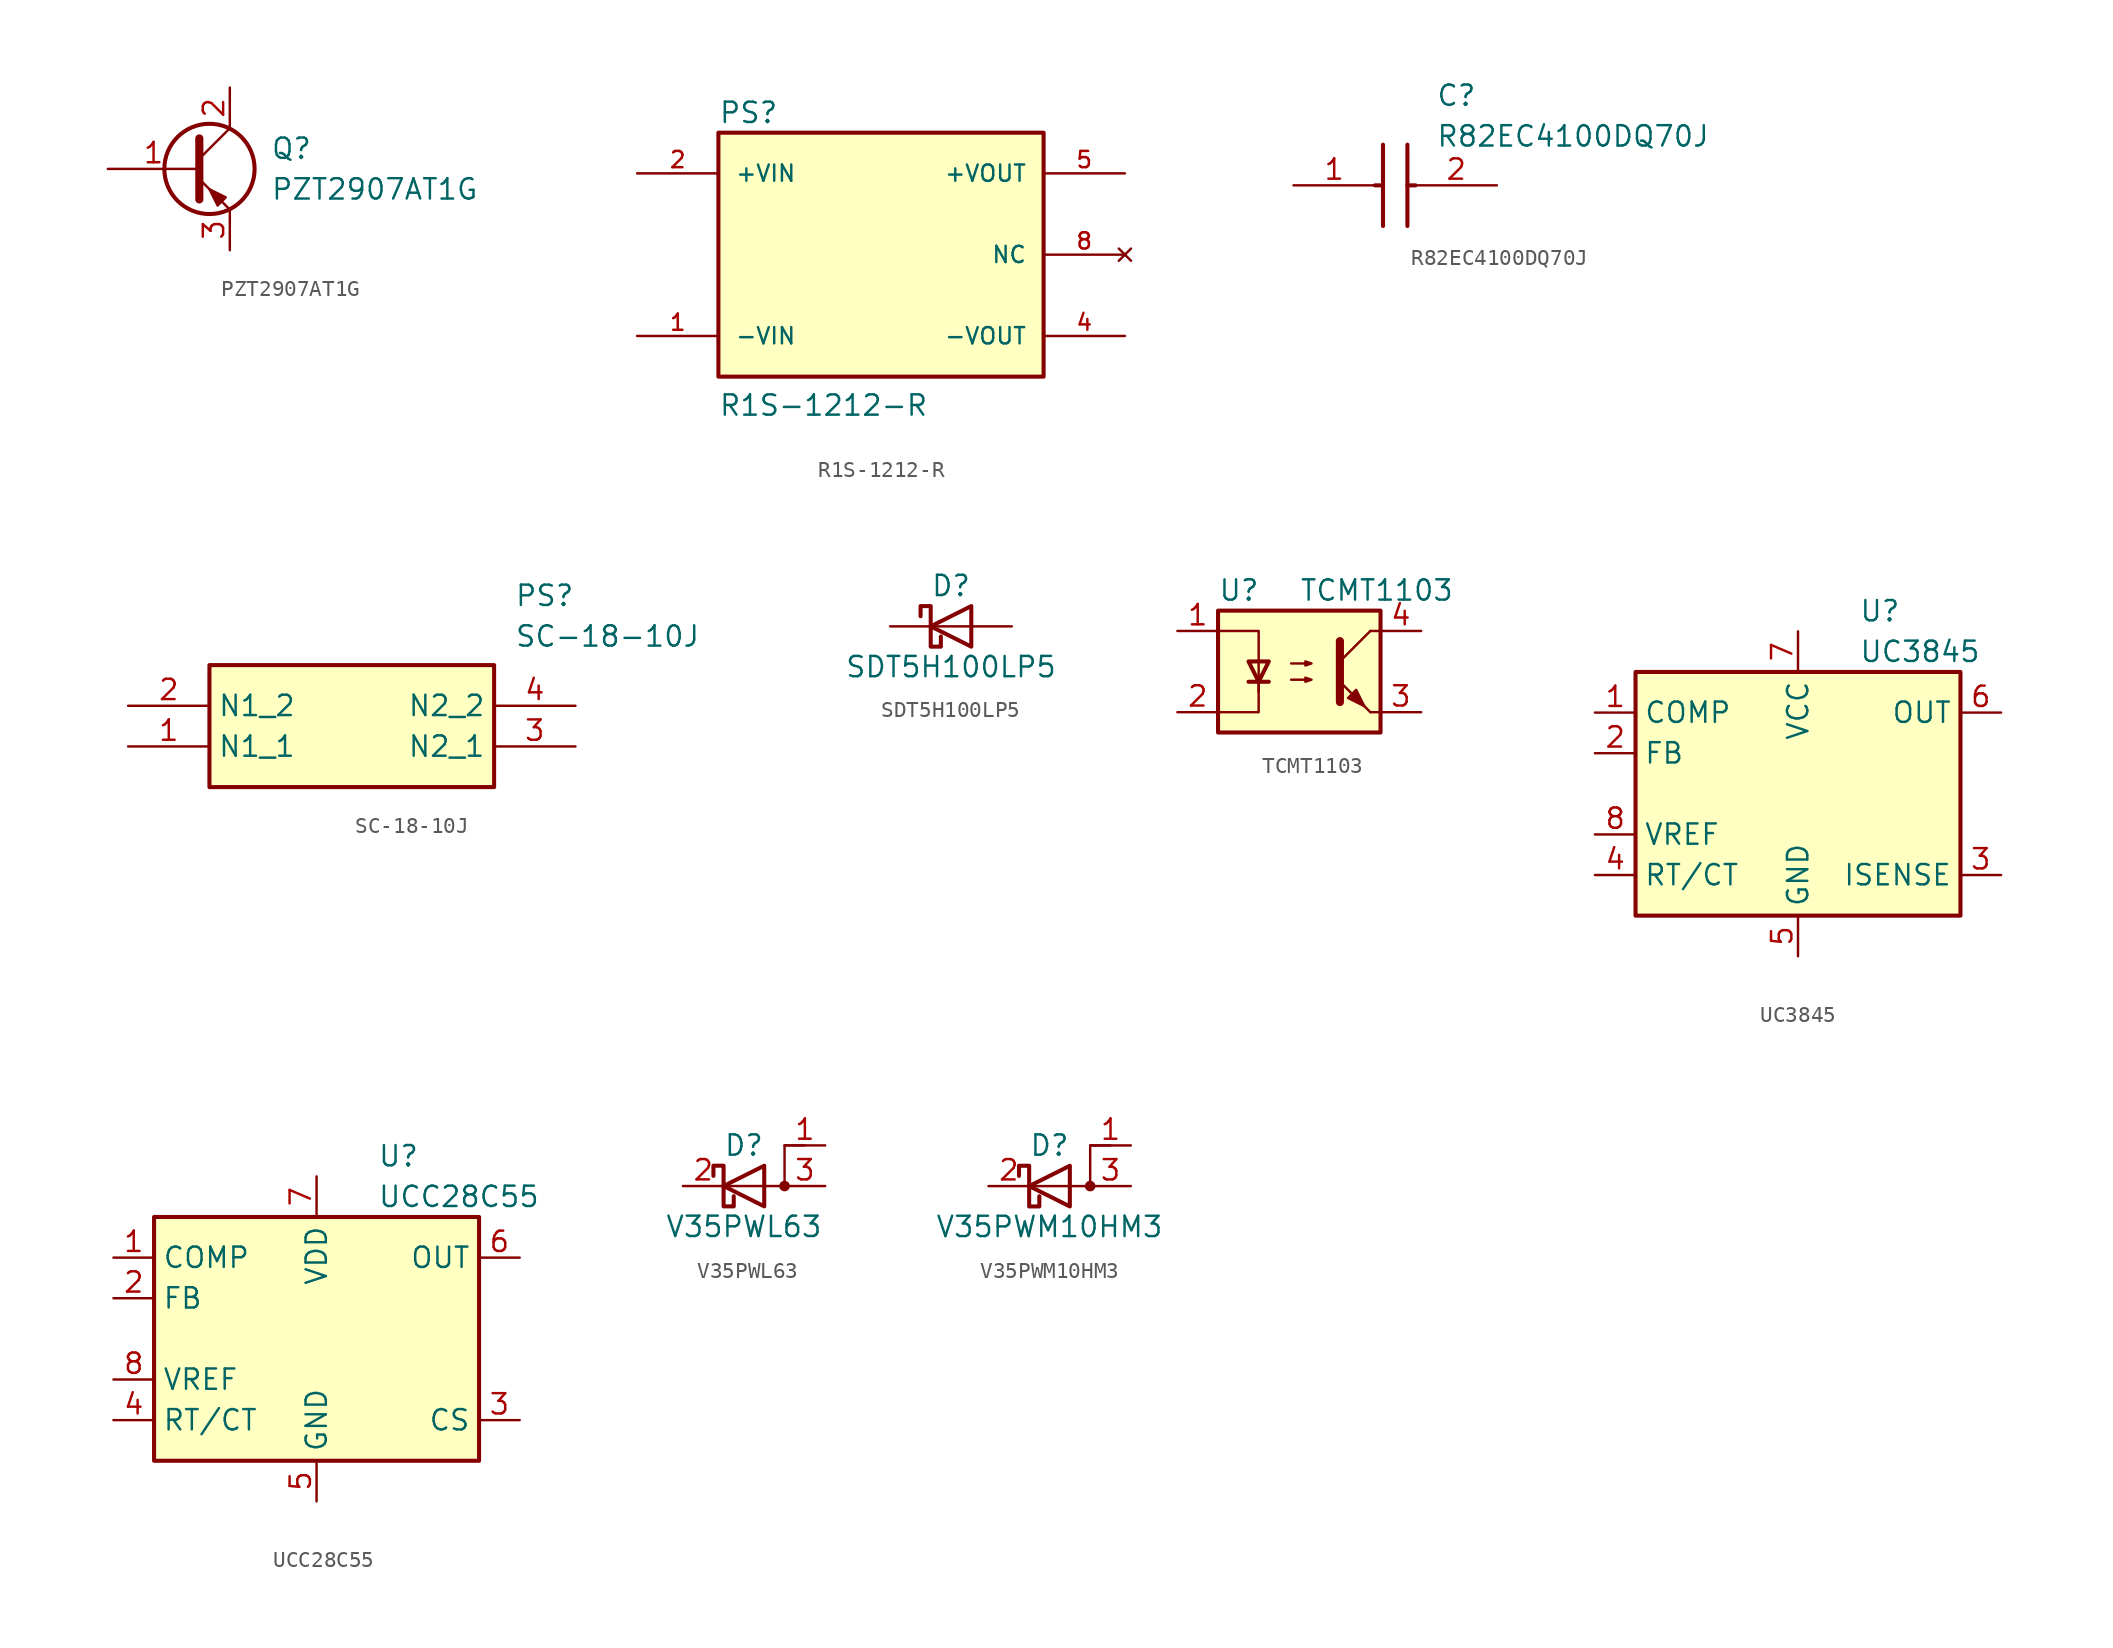
<source format=kicad_sym>
(kicad_symbol_lib
  (version 20231120)
  (generator "kicad_symbol_editor")
  (generator_version "8.0")
  (symbol "PZT2907AT1G"
    (pin_names
      (offset 0) hide)
    (property "Reference" "Q"
      (at 5.08 1.27 0)
      (effects (font (size 1.27 1.27)) (justify left)))
    (property "Value" "PZT2907AT1G"
      (at 5.08 -1.27 0)
      (effects (font (size 1.27 1.27)) (justify left)))
    (symbol "PZT2907AT1G_0_1"
      (polyline (pts (xy 0.635 0.635) (xy 2.54 2.54)) (stroke (width 0) (type default)) (fill (type none)))
      (polyline (pts (xy 0.635 -0.635) (xy 2.54 -2.54) (xy 2.54 -2.54)) (stroke (width 0) (type default)) (fill (type none)))
      (polyline (pts (xy 0.635 1.905) (xy 0.635 -1.905) (xy 0.635 -1.905)) (stroke (width 0.508) (type default)) (fill (type none)))
      (polyline (pts (xy 2.286 -1.778) (xy 1.778 -2.286) (xy 1.27 -1.27) (xy 2.286 -1.778) (xy 2.286 -1.778)) (stroke (width 0) (type default)) (fill (type outline)))
      (circle (center 1.27 0) (radius 2.819) (stroke (width 0.254) (type default)) (fill (type none))))
    (symbol "PZT2907AT1G_1_1"
      (pin input line (at -5.08 0 0) (length 5.715) (name "B" (effects (font (size 1.27 1.27)))) (number "1" (effects (font (size 1.27 1.27)))))
      (pin passive line (at 2.54 5.08 270) (length 2.54) (name "C" (effects (font (size 1.27 1.27)))) (number "2" (effects (font (size 1.27 1.27)))))
      (pin passive line (at 2.54 -5.08 90) (length 2.54) (name "E" (effects (font (size 1.27 1.27)))) (number "3" (effects (font (size 1.27 1.27)))))))
  (symbol "R1S-1212-R"
    (pin_names
      (offset 1.016))
    (property "Reference" "PS"
      (at -10.16 8.128 0)
      (effects (font (size 1.27 1.27)) (justify left bottom)))
    (property "Value" "R1S-1212-R"
      (at -10.16 -10.16 0)
      (effects (font (size 1.27 1.27)) (justify left bottom)))
    (symbol "R1S-1212-R_0_0"
      (rectangle (start -10.16 7.62) (end 10.16 -7.62) (stroke (width 0.254) (type default)) (fill (type background)))
      (pin input line (at -15.24 -5.08 0) (length 5.08) (name "-VIN" (effects (font (size 1.016 1.016)))) (number "1" (effects (font (size 1.016 1.016)))))
      (pin input line (at -15.24 5.08 0) (length 5.08) (name "+VIN" (effects (font (size 1.016 1.016)))) (number "2" (effects (font (size 1.016 1.016)))))
      (pin output line (at 15.24 -5.08 180) (length 5.08) (name "-VOUT" (effects (font (size 1.016 1.016)))) (number "4" (effects (font (size 1.016 1.016)))))
      (pin output line (at 15.24 5.08 180) (length 5.08) (name "+VOUT" (effects (font (size 1.016 1.016)))) (number "5" (effects (font (size 1.016 1.016)))))
      (pin no_connect line (at 15.24 0 180) (length 5.08) (name "NC" (effects (font (size 1.016 1.016)))) (number "8" (effects (font (size 1.016 1.016)))))))
  (symbol "R82EC4100DQ70J"
    (pin_names hide)
    (property "Reference" "C"
      (at 8.89 6.35 0)
      (effects (font (size 1.27 1.27)) (justify left top)))
    (property "Value" "R82EC4100DQ70J"
      (at 8.89 3.81 0)
      (effects (font (size 1.27 1.27)) (justify left top)))
    (symbol "R82EC4100DQ70J_1_1"
      (polyline (pts (xy 5.08 0) (xy 5.588 0)) (stroke (width 0.254) (type default)) (fill (type none)))
      (polyline (pts (xy 5.588 2.54) (xy 5.588 -2.54)) (stroke (width 0.254) (type default)) (fill (type none)))
      (polyline (pts (xy 7.112 0) (xy 7.62 0)) (stroke (width 0.254) (type default)) (fill (type none)))
      (polyline (pts (xy 7.112 2.54) (xy 7.112 -2.54)) (stroke (width 0.254) (type default)) (fill (type none)))
      (pin passive line (at 0 0 0) (length 5.08) (name "1" (effects (font (size 1.27 1.27)))) (number "1" (effects (font (size 1.27 1.27)))))
      (pin passive line (at 12.7 0 180) (length 5.08) (name "2" (effects (font (size 1.27 1.27)))) (number "2" (effects (font (size 1.27 1.27)))))))
  (symbol "SC-18-10J"
    (property "Reference" "PS"
      (at 24.13 7.62 0)
      (effects (font (size 1.27 1.27)) (justify left top)))
    (property "Value" "SC-18-10J"
      (at 24.13 5.08 0)
      (effects (font (size 1.27 1.27)) (justify left top)))
    (symbol "SC-18-10J_1_1"
      (rectangle (start 5.08 2.54) (end 22.86 -5.08) (stroke (width 0.254) (type default)) (fill (type background)))
      (pin passive line (at 0 -2.54 0) (length 5.08) (name "N1_1" (effects (font (size 1.27 1.27)))) (number "1" (effects (font (size 1.27 1.27)))))
      (pin passive line (at 0 0 0) (length 5.08) (name "N1_2" (effects (font (size 1.27 1.27)))) (number "2" (effects (font (size 1.27 1.27)))))
      (pin passive line (at 27.94 -2.54 180) (length 5.08) (name "N2_1" (effects (font (size 1.27 1.27)))) (number "3" (effects (font (size 1.27 1.27)))))
      (pin passive line (at 27.94 0 180) (length 5.08) (name "N2_2" (effects (font (size 1.27 1.27)))) (number "4" (effects (font (size 1.27 1.27)))))))
  (symbol "SDT5H100LP5"
    (pin_numbers hide)
    (pin_names
      (offset 1.016) hide)
    (property "Reference" "D"
      (at 0 2.54 0)
      (effects (font (size 1.27 1.27))))
    (property "Value" "SDT5H100LP5"
      (at 0 -2.54 0)
      (effects (font (size 1.27 1.27))))
    (symbol "SDT5H100LP5_0_1"
      (polyline (pts (xy 1.27 0) (xy -1.27 0)) (stroke (width 0) (type default)) (fill (type none)))
      (polyline (pts (xy 1.27 1.27) (xy 1.27 -1.27) (xy -1.27 0) (xy 1.27 1.27)) (stroke (width 0.254) (type default)) (fill (type none)))
      (polyline (pts (xy -1.905 0.635) (xy -1.905 1.27) (xy -1.27 1.27) (xy -1.27 -1.27) (xy -0.635 -1.27) (xy -0.635 -0.635)) (stroke (width 0.254) (type default)) (fill (type none))))
    (symbol "SDT5H100LP5_1_1"
      (pin passive line (at -3.81 0 0) (length 2.54) (name "K" (effects (font (size 1.27 1.27)))) (number "1" (effects (font (size 1.27 1.27)))))
      (pin passive line (at 3.81 0 180) (length 2.54) (name "A" (effects (font (size 1.27 1.27)))) (number "2" (effects (font (size 1.27 1.27)))))))
  (symbol "TCMT1103"
    (property "Reference" "U"
      (at -5.08 5.08 0)
      (effects (font (size 1.27 1.27)) (justify left)))
    (property "Value" "TCMT1103"
      (at 0 5.08 0)
      (effects (font (size 1.27 1.27)) (justify left)))
    (symbol "TCMT1103_0_1"
      (rectangle (start -5.08 3.81) (end 5.08 -3.81) (stroke (width 0.254) (type default)) (fill (type background)))
      (polyline (pts (xy -3.175 -0.635) (xy -1.905 -0.635)) (stroke (width 0.254) (type default)) (fill (type none)))
      (polyline (pts (xy 2.54 0.635) (xy 4.445 2.54)) (stroke (width 0) (type default)) (fill (type none)))
      (polyline (pts (xy 4.445 -2.54) (xy 2.54 -0.635)) (stroke (width 0) (type default)) (fill (type outline)))
      (polyline (pts (xy 4.445 -2.54) (xy 5.08 -2.54)) (stroke (width 0) (type default)) (fill (type none)))
      (polyline (pts (xy 4.445 2.54) (xy 5.08 2.54)) (stroke (width 0) (type default)) (fill (type none)))
      (polyline (pts (xy -2.54 -0.635) (xy -2.54 -2.54) (xy -5.08 -2.54)) (stroke (width 0) (type default)) (fill (type none)))
      (polyline (pts (xy 2.54 1.905) (xy 2.54 -1.905) (xy 2.54 -1.905)) (stroke (width 0.508) (type default)) (fill (type none)))
      (polyline (pts (xy -5.08 2.54) (xy -2.54 2.54) (xy -2.54 -1.27) (xy -2.54 0.635)) (stroke (width 0) (type default)) (fill (type none)))
      (polyline (pts (xy -2.54 -0.635) (xy -3.175 0.635) (xy -1.905 0.635) (xy -2.54 -0.635)) (stroke (width 0.254) (type default)) (fill (type none)))
      (polyline (pts (xy -0.508 -0.508) (xy 0.762 -0.508) (xy 0.381 -0.635) (xy 0.381 -0.381) (xy 0.762 -0.508)) (stroke (width 0) (type default)) (fill (type none)))
      (polyline (pts (xy -0.508 0.508) (xy 0.762 0.508) (xy 0.381 0.381) (xy 0.381 0.635) (xy 0.762 0.508)) (stroke (width 0) (type default)) (fill (type none)))
      (polyline (pts (xy 3.048 -1.651) (xy 3.556 -1.143) (xy 4.064 -2.159) (xy 3.048 -1.651) (xy 3.048 -1.651)) (stroke (width 0) (type default)) (fill (type outline))))
    (symbol "TCMT1103_1_1"
      (pin passive line (at -7.62 2.54 0) (length 2.54) (name "~" (effects (font (size 1.27 1.27)))) (number "1" (effects (font (size 1.27 1.27)))))
      (pin passive line (at -7.62 -2.54 0) (length 2.54) (name "~" (effects (font (size 1.27 1.27)))) (number "2" (effects (font (size 1.27 1.27)))))
      (pin passive line (at 7.62 -2.54 180) (length 2.54) (name "~" (effects (font (size 1.27 1.27)))) (number "3" (effects (font (size 1.27 1.27)))))
      (pin passive line (at 7.62 2.54 180) (length 2.54) (name "~" (effects (font (size 1.27 1.27)))) (number "4" (effects (font (size 1.27 1.27)))))))
  (symbol "UC3845"
    (property "Reference" "U"
      (at 3.81 11.43 0)
      (effects (font (size 1.27 1.27)) (justify left)))
    (property "Value" "UC3845"
      (at 3.81 8.89 0)
      (effects (font (size 1.27 1.27)) (justify left)))
    (symbol "UC3845_0_1"
      (rectangle (start -10.16 7.62) (end 10.16 -7.62) (stroke (width 0.254) (type default)) (fill (type background))))
    (symbol "UC3845_1_1"
      (pin passive line (at -12.7 5.08 0) (length 2.54) (name "COMP" (effects (font (size 1.27 1.27)))) (number "1" (effects (font (size 1.27 1.27)))))
      (pin input line (at -12.7 2.54 0) (length 2.54) (name "FB" (effects (font (size 1.27 1.27)))) (number "2" (effects (font (size 1.27 1.27)))))
      (pin input line (at 12.7 -5.08 180) (length 2.54) (name "ISENSE" (effects (font (size 1.27 1.27)))) (number "3" (effects (font (size 1.27 1.27)))))
      (pin passive line (at -12.7 -5.08 0) (length 2.54) (name "RT/CT" (effects (font (size 1.27 1.27)))) (number "4" (effects (font (size 1.27 1.27)))))
      (pin power_in line (at 0 -10.16 90) (length 2.54) (name "GND" (effects (font (size 1.27 1.27)))) (number "5" (effects (font (size 1.27 1.27)))))
      (pin output line (at 12.7 5.08 180) (length 2.54) (name "OUT" (effects (font (size 1.27 1.27)))) (number "6" (effects (font (size 1.27 1.27)))))
      (pin power_in line (at 0 10.16 270) (length 2.54) (name "VCC" (effects (font (size 1.27 1.27)))) (number "7" (effects (font (size 1.27 1.27)))))
      (pin power_out line (at -12.7 -2.54 0) (length 2.54) (name "VREF" (effects (font (size 1.27 1.27)))) (number "8" (effects (font (size 1.27 1.27)))))))
  (symbol "UCC28C55"
    (property "Reference" "U"
      (at 3.81 11.43 0)
      (effects (font (size 1.27 1.27)) (justify left)))
    (property "Value" "UCC28C55"
      (at 3.81 8.89 0)
      (effects (font (size 1.27 1.27)) (justify left)))
    (symbol "UCC28C55_0_1"
      (rectangle (start -10.16 7.62) (end 10.16 -7.62) (stroke (width 0.254) (type default)) (fill (type background))))
    (symbol "UCC28C55_1_1"
      (pin passive line (at -12.7 5.08 0) (length 2.54) (name "COMP" (effects (font (size 1.27 1.27)))) (number "1" (effects (font (size 1.27 1.27)))))
      (pin input line (at -12.7 2.54 0) (length 2.54) (name "FB" (effects (font (size 1.27 1.27)))) (number "2" (effects (font (size 1.27 1.27)))))
      (pin input line (at 12.7 -5.08 180) (length 2.54) (name "CS" (effects (font (size 1.27 1.27)))) (number "3" (effects (font (size 1.27 1.27)))))
      (pin passive line (at -12.7 -5.08 0) (length 2.54) (name "RT/CT" (effects (font (size 1.27 1.27)))) (number "4" (effects (font (size 1.27 1.27)))))
      (pin power_in line (at 0 -10.16 90) (length 2.54) (name "GND" (effects (font (size 1.27 1.27)))) (number "5" (effects (font (size 1.27 1.27)))))
      (pin output line (at 12.7 5.08 180) (length 2.54) (name "OUT" (effects (font (size 1.27 1.27)))) (number "6" (effects (font (size 1.27 1.27)))))
      (pin power_in line (at 0 10.16 270) (length 2.54) (name "VDD" (effects (font (size 1.27 1.27)))) (number "7" (effects (font (size 1.27 1.27)))))
      (pin power_out line (at -12.7 -2.54 0) (length 2.54) (name "VREF" (effects (font (size 1.27 1.27)))) (number "8" (effects (font (size 1.27 1.27)))))))
  (symbol "V35PWL63"
    (pin_names
      (offset 0) hide)
    (property "Reference" "D"
      (at 0 2.54 0)
      (effects (font (size 1.27 1.27))))
    (property "Value" "V35PWL63"
      (at 0 -2.54 0)
      (effects (font (size 1.27 1.27))))
    (symbol "V35PWL63_0_1"
      (polyline (pts (xy 1.27 1.27) (xy 1.27 -1.27) (xy -1.27 0) (xy 1.27 1.27)) (stroke (width 0.254) (type default)) (fill (type none)))
      (polyline (pts (xy 3.81 2.54) (xy 2.54 2.54) (xy 2.54 0) (xy -1.27 0)) (stroke (width 0) (type default)) (fill (type none)))
      (polyline (pts (xy -1.905 0.635) (xy -1.905 1.27) (xy -1.27 1.27) (xy -1.27 -1.27) (xy -0.635 -1.27) (xy -0.635 -0.635)) (stroke (width 0.254) (type default)) (fill (type none)))
      (circle (center 2.54 0) (radius 0.254) (stroke (width 0) (type default)) (fill (type outline))))
    (symbol "V35PWL63_1_1"
      (pin passive line (at 5.08 2.54 180) (length 2.54) (name "A" (effects (font (size 1.27 1.27)))) (number "1" (effects (font (size 1.27 1.27)))))
      (pin passive line (at -3.81 0 0) (length 2.54) (name "K" (effects (font (size 1.27 1.27)))) (number "2" (effects (font (size 1.27 1.27)))))
      (pin passive line (at 5.08 0 180) (length 2.54) (name "A" (effects (font (size 1.27 1.27)))) (number "3" (effects (font (size 1.27 1.27)))))))
  (symbol "V35PWM10HM3"
    (pin_names
      (offset 0) hide)
    (property "Reference" "D"
      (at 0 2.54 0)
      (effects (font (size 1.27 1.27))))
    (property "Value" "V35PWM10HM3"
      (at 0 -2.54 0)
      (effects (font (size 1.27 1.27))))
    (symbol "V35PWM10HM3_0_1"
      (polyline (pts (xy 1.27 1.27) (xy 1.27 -1.27) (xy -1.27 0) (xy 1.27 1.27)) (stroke (width 0.254) (type default)) (fill (type none)))
      (polyline (pts (xy 3.81 2.54) (xy 2.54 2.54) (xy 2.54 0) (xy -1.27 0)) (stroke (width 0) (type default)) (fill (type none)))
      (polyline (pts (xy -1.905 0.635) (xy -1.905 1.27) (xy -1.27 1.27) (xy -1.27 -1.27) (xy -0.635 -1.27) (xy -0.635 -0.635)) (stroke (width 0.254) (type default)) (fill (type none)))
      (circle (center 2.54 0) (radius 0.254) (stroke (width 0) (type default)) (fill (type outline))))
    (symbol "V35PWM10HM3_1_1"
      (pin passive line (at 5.08 2.54 180) (length 2.54) (name "A" (effects (font (size 1.27 1.27)))) (number "1" (effects (font (size 1.27 1.27)))))
      (pin passive line (at -3.81 0 0) (length 2.54) (name "K" (effects (font (size 1.27 1.27)))) (number "2" (effects (font (size 1.27 1.27)))))
      (pin passive line (at 5.08 0 180) (length 2.54) (name "A" (effects (font (size 1.27 1.27)))) (number "3" (effects (font (size 1.27 1.27))))))))
</source>
